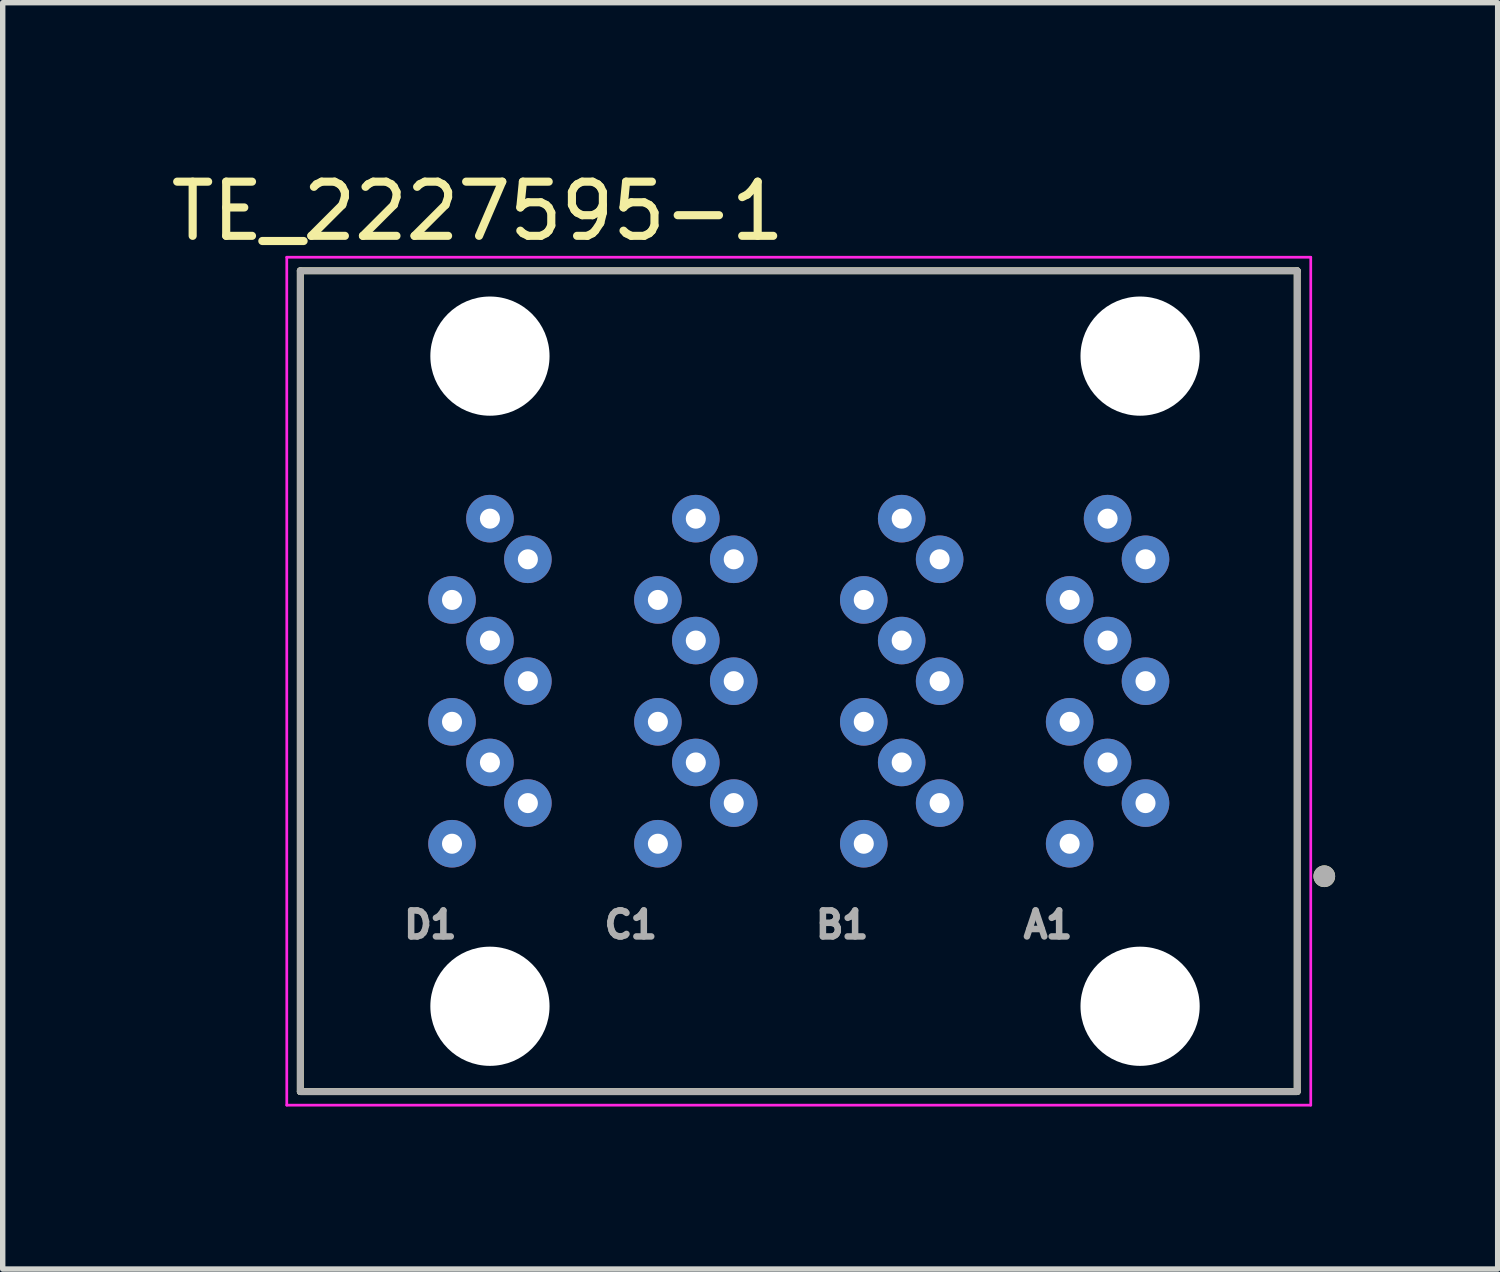
<source format=kicad_pcb>
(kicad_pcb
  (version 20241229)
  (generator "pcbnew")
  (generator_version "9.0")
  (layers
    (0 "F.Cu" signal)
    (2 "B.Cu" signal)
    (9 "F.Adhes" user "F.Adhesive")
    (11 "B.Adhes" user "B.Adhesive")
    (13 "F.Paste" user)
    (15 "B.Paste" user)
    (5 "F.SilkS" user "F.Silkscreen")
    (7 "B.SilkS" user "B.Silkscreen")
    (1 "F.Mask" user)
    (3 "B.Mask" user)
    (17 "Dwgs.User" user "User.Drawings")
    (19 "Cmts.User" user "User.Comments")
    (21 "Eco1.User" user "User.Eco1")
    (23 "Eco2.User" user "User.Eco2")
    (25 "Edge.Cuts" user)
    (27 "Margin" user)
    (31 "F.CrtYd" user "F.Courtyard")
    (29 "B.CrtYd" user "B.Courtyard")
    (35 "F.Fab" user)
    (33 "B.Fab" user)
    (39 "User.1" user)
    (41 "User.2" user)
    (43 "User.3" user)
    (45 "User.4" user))
  (footprint "TE_2227595-1"
    (layer "F.Cu")
    (at 11.693 9.523)
    (property "Reference" "TE_2227595-1" (at -5.925 -8.675 0) (layer "F.SilkS") (effects (font (size 1 1) (thickness 0.15))))
    (attr through_hole)
    (fp_line (start -9.2 -7.575) (end 9.2 -7.575) (stroke (width 0.127) (type solid)) (layer "F.SilkS"))
    (fp_line (start -9.2 7.575) (end -9.2 -7.575) (stroke (width 0.127) (type solid)) (layer "F.SilkS"))
    (fp_line (start 9.2 -7.575) (end 9.2 7.575) (stroke (width 0.127) (type solid)) (layer "F.SilkS"))
    (fp_line (start 9.2 7.575) (end -9.2 7.575) (stroke (width 0.127) (type solid)) (layer "F.SilkS"))
    (fp_circle (center 9.7 3.6) (end 9.8 3.6) (stroke (width 0.2) (type solid)) (fill no) (layer "F.SilkS"))
    (fp_line (start -9.45 -7.825) (end 9.45 -7.825) (stroke (width 0.05) (type solid)) (layer "F.CrtYd"))
    (fp_line (start -9.45 7.825) (end -9.45 -7.825) (stroke (width 0.05) (type solid)) (layer "F.CrtYd"))
    (fp_line (start 9.45 -7.825) (end 9.45 7.825) (stroke (width 0.05) (type solid)) (layer "F.CrtYd"))
    (fp_line (start 9.45 7.825) (end -9.45 7.825) (stroke (width 0.05) (type solid)) (layer "F.CrtYd"))
    (fp_line (start -9.2 -7.575) (end 9.2 -7.575) (stroke (width 0.127) (type solid)) (layer "F.Fab"))
    (fp_line (start -9.2 7.575) (end -9.2 -7.575) (stroke (width 0.127) (type solid)) (layer "F.Fab"))
    (fp_line (start 9.2 -7.575) (end 9.2 7.575) (stroke (width 0.127) (type solid)) (layer "F.Fab"))
    (fp_line (start 9.2 7.575) (end -9.2 7.575) (stroke (width 0.127) (type solid)) (layer "F.Fab"))
    (fp_circle (center 9.7 3.6) (end 9.8 3.6) (stroke (width 0.2) (type solid)) (fill no) (layer "F.Fab"))
    (fp_text user "A1" (at 4.6 4.495 0) (layer "F.Fab") (effects (font (size 0.48 0.48) (thickness 0.15))))
    (fp_text user "B1" (at 0.8 4.495 0) (layer "F.Fab") (effects (font (size 0.48 0.48) (thickness 0.15))))
    (fp_text user "D1" (at -6.8 4.495 0) (layer "F.Fab") (effects (font (size 0.48 0.48) (thickness 0.15))))
    (fp_text user "C1" (at -3.1 4.495 0) (layer "F.Fab") (effects (font (size 0.48 0.48) (thickness 0.15))))
    (pad "" np_thru_hole circle (at -5.7 -6) (size 2.2 2.2) (drill 2.2) (layers "*.Cu" "*.Mask"))
    (pad "" np_thru_hole circle (at -5.7 6) (size 2.2 2.2) (drill 2.2) (layers "*.Cu" "*.Mask"))
    (pad "" np_thru_hole circle (at 6.3 -6) (size 2.2 2.2) (drill 2.2) (layers "*.Cu" "*.Mask"))
    (pad "" np_thru_hole circle (at 6.3 6) (size 2.2 2.2) (drill 2.2) (layers "*.Cu" "*.Mask"))
    (pad "A1" thru_hole circle (at 5 3) (size 0.878 0.878) (drill 0.37) (layers "*.Cu" "*.Mask"))
    (pad "A2" thru_hole circle (at 6.4 2.25) (size 0.878 0.878) (drill 0.37) (layers "*.Cu" "*.Mask"))
    (pad "A3" thru_hole circle (at 5.7 1.5) (size 0.878 0.878) (drill 0.37) (layers "*.Cu" "*.Mask"))
    (pad "A4" thru_hole circle (at 5 0.75) (size 0.878 0.878) (drill 0.37) (layers "*.Cu" "*.Mask"))
    (pad "A5" thru_hole circle (at 6.4 0) (size 0.878 0.878) (drill 0.37) (layers "*.Cu" "*.Mask"))
    (pad "A6" thru_hole circle (at 5.7 -0.75) (size 0.878 0.878) (drill 0.37) (layers "*.Cu" "*.Mask"))
    (pad "A7" thru_hole circle (at 5 -1.5) (size 0.878 0.878) (drill 0.37) (layers "*.Cu" "*.Mask"))
    (pad "A8" thru_hole circle (at 6.4 -2.25) (size 0.878 0.878) (drill 0.37) (layers "*.Cu" "*.Mask"))
    (pad "A9" thru_hole circle (at 5.7 -3) (size 0.878 0.878) (drill 0.37) (layers "*.Cu" "*.Mask"))
    (pad "B1" thru_hole circle (at 1.2 3) (size 0.878 0.878) (drill 0.37) (layers "*.Cu" "*.Mask"))
    (pad "B2" thru_hole circle (at 2.6 2.25) (size 0.878 0.878) (drill 0.37) (layers "*.Cu" "*.Mask"))
    (pad "B3" thru_hole circle (at 1.9 1.5) (size 0.878 0.878) (drill 0.37) (layers "*.Cu" "*.Mask"))
    (pad "B4" thru_hole circle (at 1.2 0.75) (size 0.878 0.878) (drill 0.37) (layers "*.Cu" "*.Mask"))
    (pad "B5" thru_hole circle (at 2.6 0) (size 0.878 0.878) (drill 0.37) (layers "*.Cu" "*.Mask"))
    (pad "B6" thru_hole circle (at 1.9 -0.75) (size 0.878 0.878) (drill 0.37) (layers "*.Cu" "*.Mask"))
    (pad "B7" thru_hole circle (at 1.2 -1.5) (size 0.878 0.878) (drill 0.37) (layers "*.Cu" "*.Mask"))
    (pad "B8" thru_hole circle (at 2.6 -2.25) (size 0.878 0.878) (drill 0.37) (layers "*.Cu" "*.Mask"))
    (pad "B9" thru_hole circle (at 1.9 -3) (size 0.878 0.878) (drill 0.37) (layers "*.Cu" "*.Mask"))
    (pad "C1" thru_hole circle (at -2.6 3) (size 0.878 0.878) (drill 0.37) (layers "*.Cu" "*.Mask"))
    (pad "C2" thru_hole circle (at -1.2 2.25) (size 0.878 0.878) (drill 0.37) (layers "*.Cu" "*.Mask"))
    (pad "C3" thru_hole circle (at -1.9 1.5) (size 0.878 0.878) (drill 0.37) (layers "*.Cu" "*.Mask"))
    (pad "C4" thru_hole circle (at -2.6 0.75) (size 0.878 0.878) (drill 0.37) (layers "*.Cu" "*.Mask"))
    (pad "C5" thru_hole circle (at -1.2 0) (size 0.878 0.878) (drill 0.37) (layers "*.Cu" "*.Mask"))
    (pad "C6" thru_hole circle (at -1.9 -0.75) (size 0.878 0.878) (drill 0.37) (layers "*.Cu" "*.Mask"))
    (pad "C7" thru_hole circle (at -2.6 -1.5) (size 0.878 0.878) (drill 0.37) (layers "*.Cu" "*.Mask"))
    (pad "C8" thru_hole circle (at -1.2 -2.25) (size 0.878 0.878) (drill 0.37) (layers "*.Cu" "*.Mask"))
    (pad "C9" thru_hole circle (at -1.9 -3) (size 0.878 0.878) (drill 0.37) (layers "*.Cu" "*.Mask"))
    (pad "D1" thru_hole circle (at -6.4 3) (size 0.878 0.878) (drill 0.37) (layers "*.Cu" "*.Mask"))
    (pad "D2" thru_hole circle (at -5 2.25) (size 0.878 0.878) (drill 0.37) (layers "*.Cu" "*.Mask"))
    (pad "D3" thru_hole circle (at -5.7 1.5) (size 0.878 0.878) (drill 0.37) (layers "*.Cu" "*.Mask"))
    (pad "D4" thru_hole circle (at -6.4 0.75) (size 0.878 0.878) (drill 0.37) (layers "*.Cu" "*.Mask"))
    (pad "D5" thru_hole circle (at -5 0) (size 0.878 0.878) (drill 0.37) (layers "*.Cu" "*.Mask"))
    (pad "D6" thru_hole circle (at -5.7 -0.75) (size 0.878 0.878) (drill 0.37) (layers "*.Cu" "*.Mask"))
    (pad "D7" thru_hole circle (at -6.4 -1.5) (size 0.878 0.878) (drill 0.37) (layers "*.Cu" "*.Mask"))
    (pad "D8" thru_hole circle (at -5 -2.25) (size 0.878 0.878) (drill 0.37) (layers "*.Cu" "*.Mask"))
    (pad "D9" thru_hole circle (at -5.7 -3) (size 0.878 0.878) (drill 0.37) (layers "*.Cu" "*.Mask")))
  (gr_rect
    (start -3 -3)
    (end 24.593 20.373)
    (stroke (width 0.1) (type default))
    (fill no)
    (layer "Edge.Cuts")))
</source>
